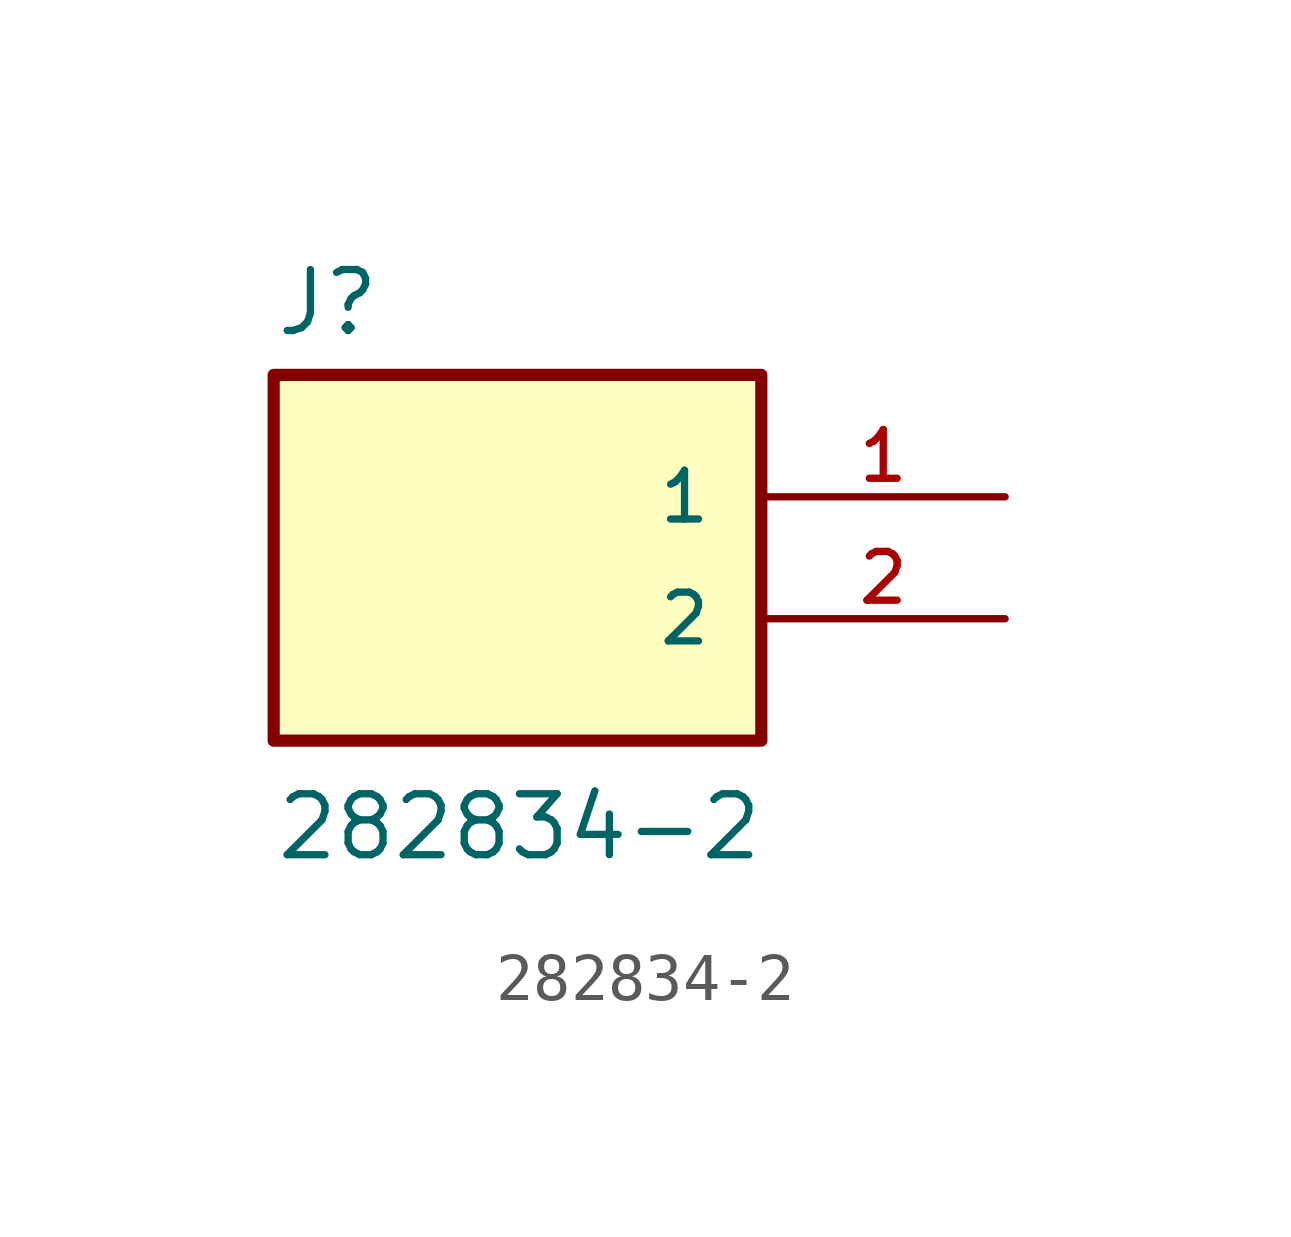
<source format=kicad_sym>
(kicad_symbol_lib
  (version 20211014)
  (generator kicad_symbol_editor)
  (symbol "282834-2"
    (pin_names
      (offset 1.016))
    (property "Reference" "J"
      (at -7.62 5.842 0)
      (effects (font (size 1.27 1.27)) (justify bottom left)))
    (property "Value" "282834-2"
      (at -7.62 -5.08 0)
      (effects (font (size 1.27 1.27)) (justify bottom left)))
    (symbol "282834-2_0_0"
      (rectangle (start -7.62 -2.54) (end 2.54 5.08) (stroke (width 0.254)) (fill (type background)))
      (pin passive line (at 7.62 2.54 180.0) (length 5.08) (name "1" (effects (font (size 1.016 1.016)))) (number "1" (effects (font (size 1.016 1.016)))))
      (pin passive line (at 7.62 0.0 180.0) (length 5.08) (name "2" (effects (font (size 1.016 1.016)))) (number "2" (effects (font (size 1.016 1.016))))))))
</source>
